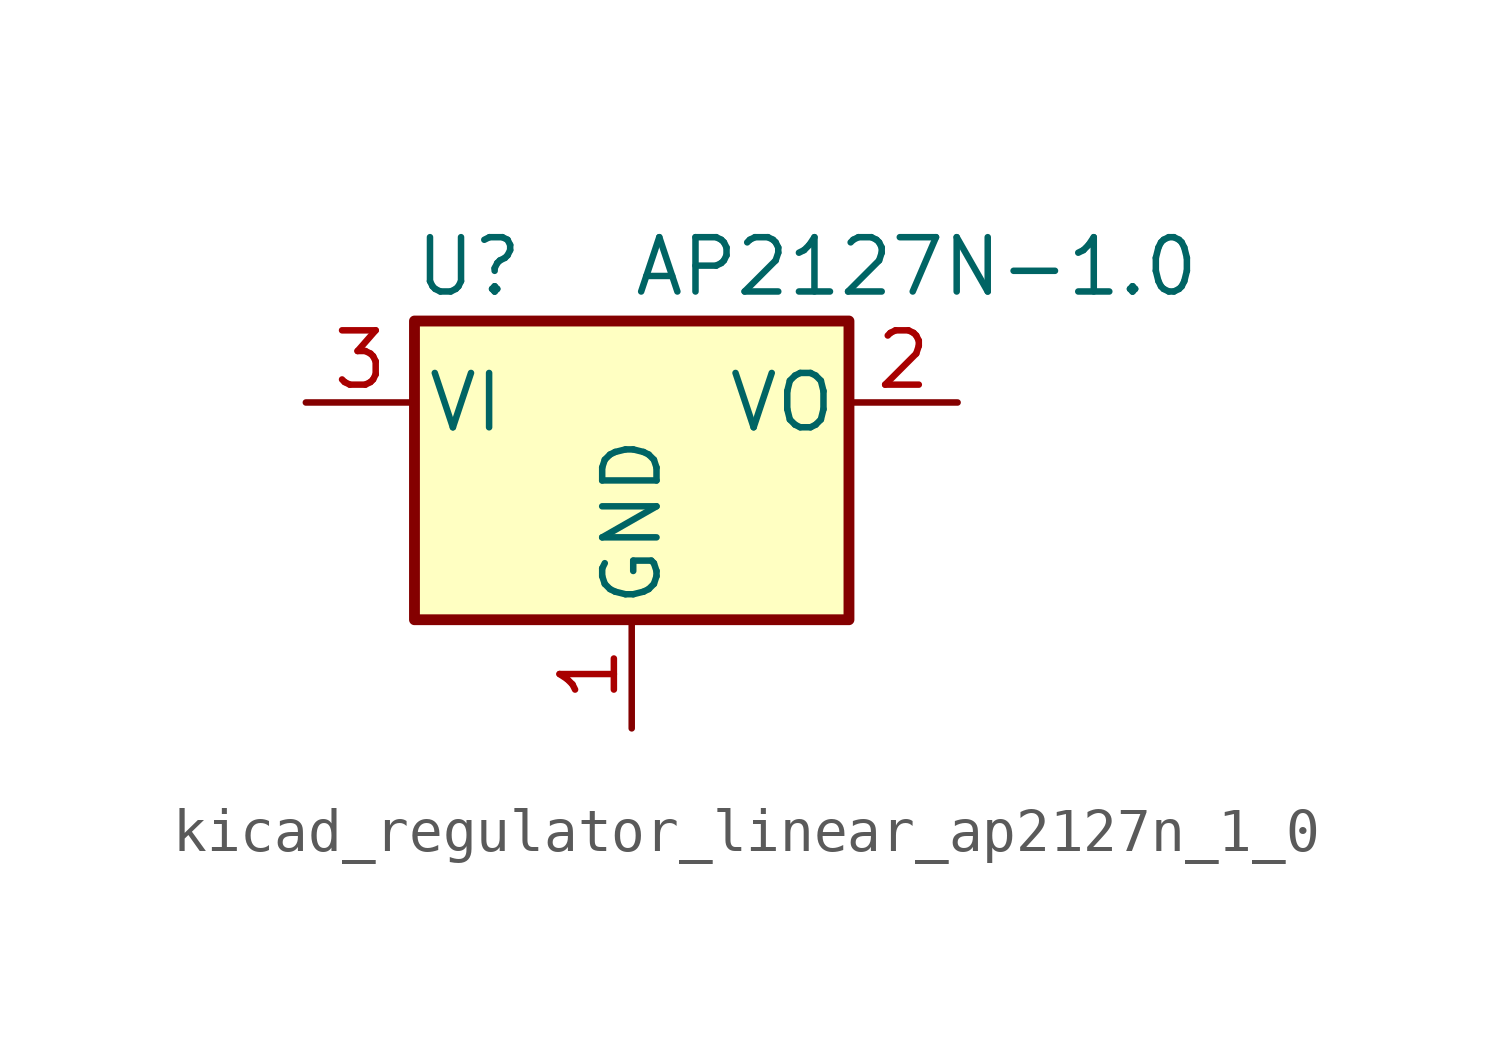
<source format=kicad_sym>
(kicad_symbol_lib
  (version 20220914)
  (generator kicad_symbol_editor)
  (symbol "kicad_regulator_linear_ap2127n_1_0"
    (pin_names
      (offset 0.254))
    (property "Reference" "U"
      (at -3.81 3.175 0)
      (effects (font (size 1.27 1.27))))
    (property "Value" "AP2127N-1.0"
      (at 0 3.175 0)
      (effects (font (size 1.27 1.27)) (justify left)))
    (symbol "kicad_regulator_linear_ap2127n_1_0_0_1"
      (rectangle (start -5.08 1.905) (end 5.08 -5.08) (stroke (width 0.254) (type default)) (fill (type background))))
    (symbol "kicad_regulator_linear_ap2127n_1_0_1_1"
      (pin power_in line (at 0 -7.62 90) (length 2.54) (name "GND" (effects (font (size 1.27 1.27)))) (number "1" (effects (font (size 1.27 1.27)))))
      (pin power_out line (at 7.62 0 180) (length 2.54) (name "VO" (effects (font (size 1.27 1.27)))) (number "2" (effects (font (size 1.27 1.27)))))
      (pin power_in line (at -7.62 0 0) (length 2.54) (name "VI" (effects (font (size 1.27 1.27)))) (number "3" (effects (font (size 1.27 1.27))))))))
</source>
